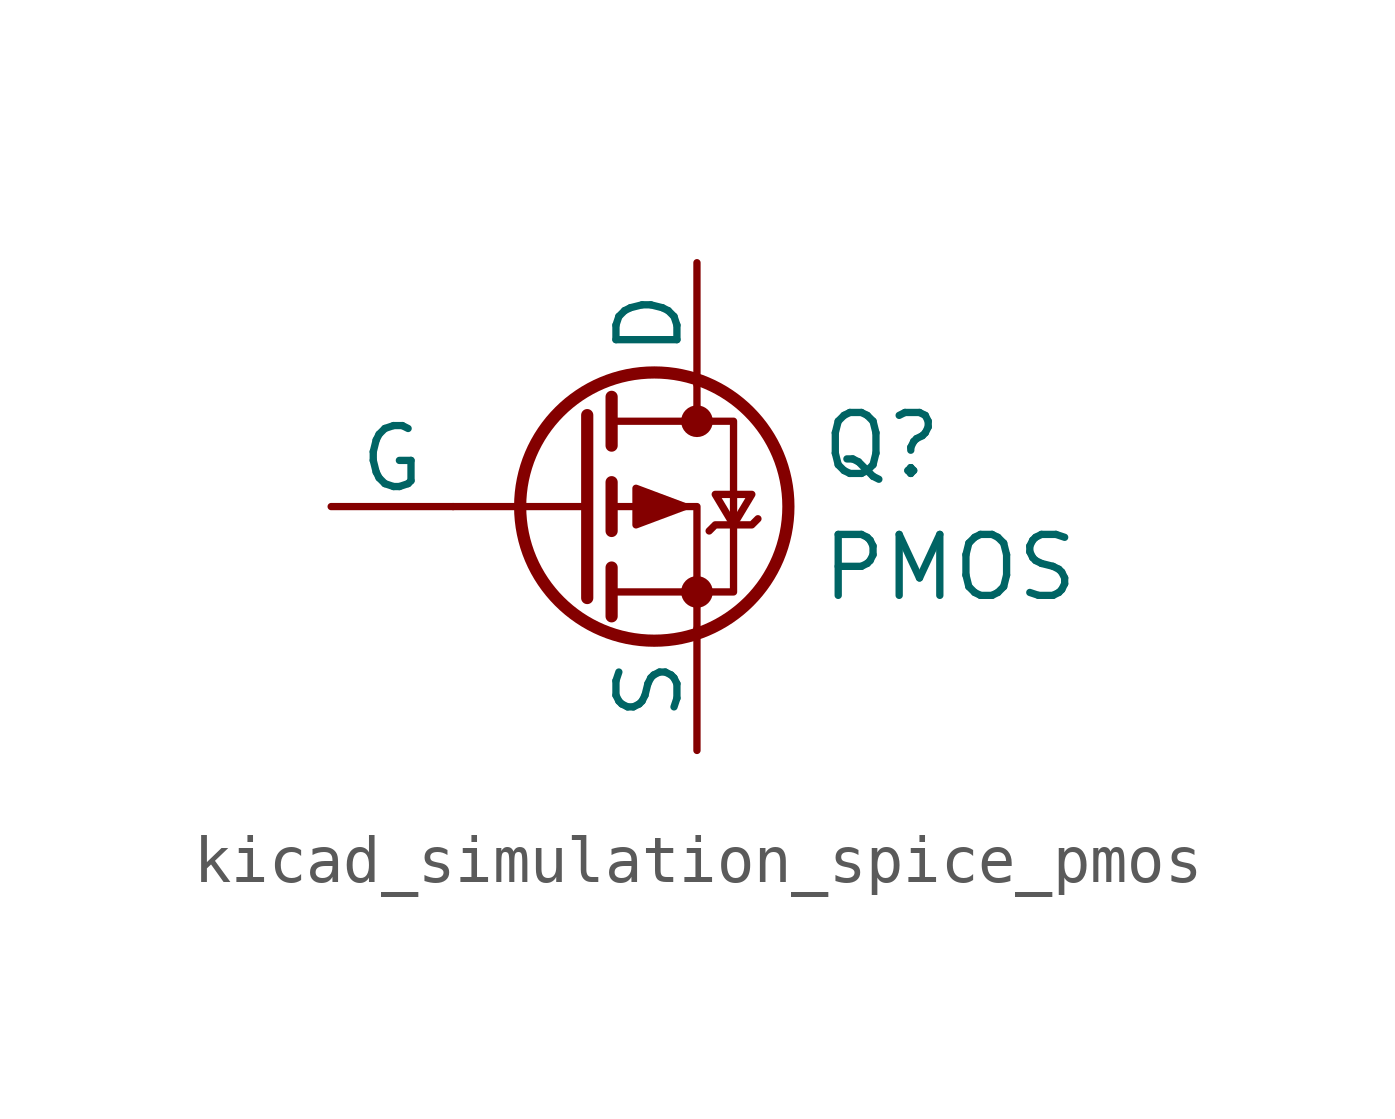
<source format=kicad_sym>
(kicad_symbol_lib
  (version 20220914)
  (generator kicad_symbol_editor)
  (symbol "kicad_simulation_spice_pmos"
    (pin_numbers hide)
    (pin_names
      (offset 0))
    (property "Reference" "Q"
      (at 5.08 1.27 0)
      (effects (font (size 1.27 1.27)) (justify left)))
    (property "Value" "PMOS"
      (at 5.08 -1.27 0)
      (effects (font (size 1.27 1.27)) (justify left)))
    (symbol "kicad_simulation_spice_pmos_0_1"
      (polyline (pts (xy 0.254 0) (xy -2.54 0)) (stroke (width 0) (type default)) (fill (type none)))
      (polyline (pts (xy 0.254 1.905) (xy 0.254 -1.905)) (stroke (width 0.254) (type default)) (fill (type none)))
      (polyline (pts (xy 0.762 -1.27) (xy 0.762 -2.286)) (stroke (width 0.254) (type default)) (fill (type none)))
      (polyline (pts (xy 0.762 0.508) (xy 0.762 -0.508)) (stroke (width 0.254) (type default)) (fill (type none)))
      (polyline (pts (xy 0.762 2.286) (xy 0.762 1.27)) (stroke (width 0.254) (type default)) (fill (type none)))
      (polyline (pts (xy 2.54 2.54) (xy 2.54 1.778)) (stroke (width 0) (type default)) (fill (type none)))
      (polyline (pts (xy 2.54 -2.54) (xy 2.54 0) (xy 0.762 0)) (stroke (width 0) (type default)) (fill (type none)))
      (polyline (pts (xy 0.762 1.778) (xy 3.302 1.778) (xy 3.302 -1.778) (xy 0.762 -1.778)) (stroke (width 0) (type default)) (fill (type none)))
      (polyline (pts (xy 2.286 0) (xy 1.27 0.381) (xy 1.27 -0.381) (xy 2.286 0)) (stroke (width 0) (type default)) (fill (type outline)))
      (polyline (pts (xy 2.794 -0.508) (xy 2.921 -0.381) (xy 3.683 -0.381) (xy 3.81 -0.254)) (stroke (width 0) (type default)) (fill (type none)))
      (polyline (pts (xy 3.302 -0.381) (xy 2.921 0.254) (xy 3.683 0.254) (xy 3.302 -0.381)) (stroke (width 0) (type default)) (fill (type none)))
      (circle (center 1.651 0) (radius 2.794) (stroke (width 0.254) (type default)) (fill (type none)))
      (circle (center 2.54 -1.778) (radius 0.254) (stroke (width 0) (type default)) (fill (type outline)))
      (circle (center 2.54 1.778) (radius 0.254) (stroke (width 0) (type default)) (fill (type outline))))
    (symbol "kicad_simulation_spice_pmos_1_1"
      (pin passive line (at 2.54 5.08 270) (length 2.54) (name "D" (effects (font (size 1.27 1.27)))) (number "1" (effects (font (size 1.27 1.27)))))
      (pin input line (at -5.08 0 0) (length 2.54) (name "G" (effects (font (size 1.27 1.27)))) (number "2" (effects (font (size 1.27 1.27)))))
      (pin passive line (at 2.54 -5.08 90) (length 2.54) (name "S" (effects (font (size 1.27 1.27)))) (number "3" (effects (font (size 1.27 1.27))))))))
</source>
